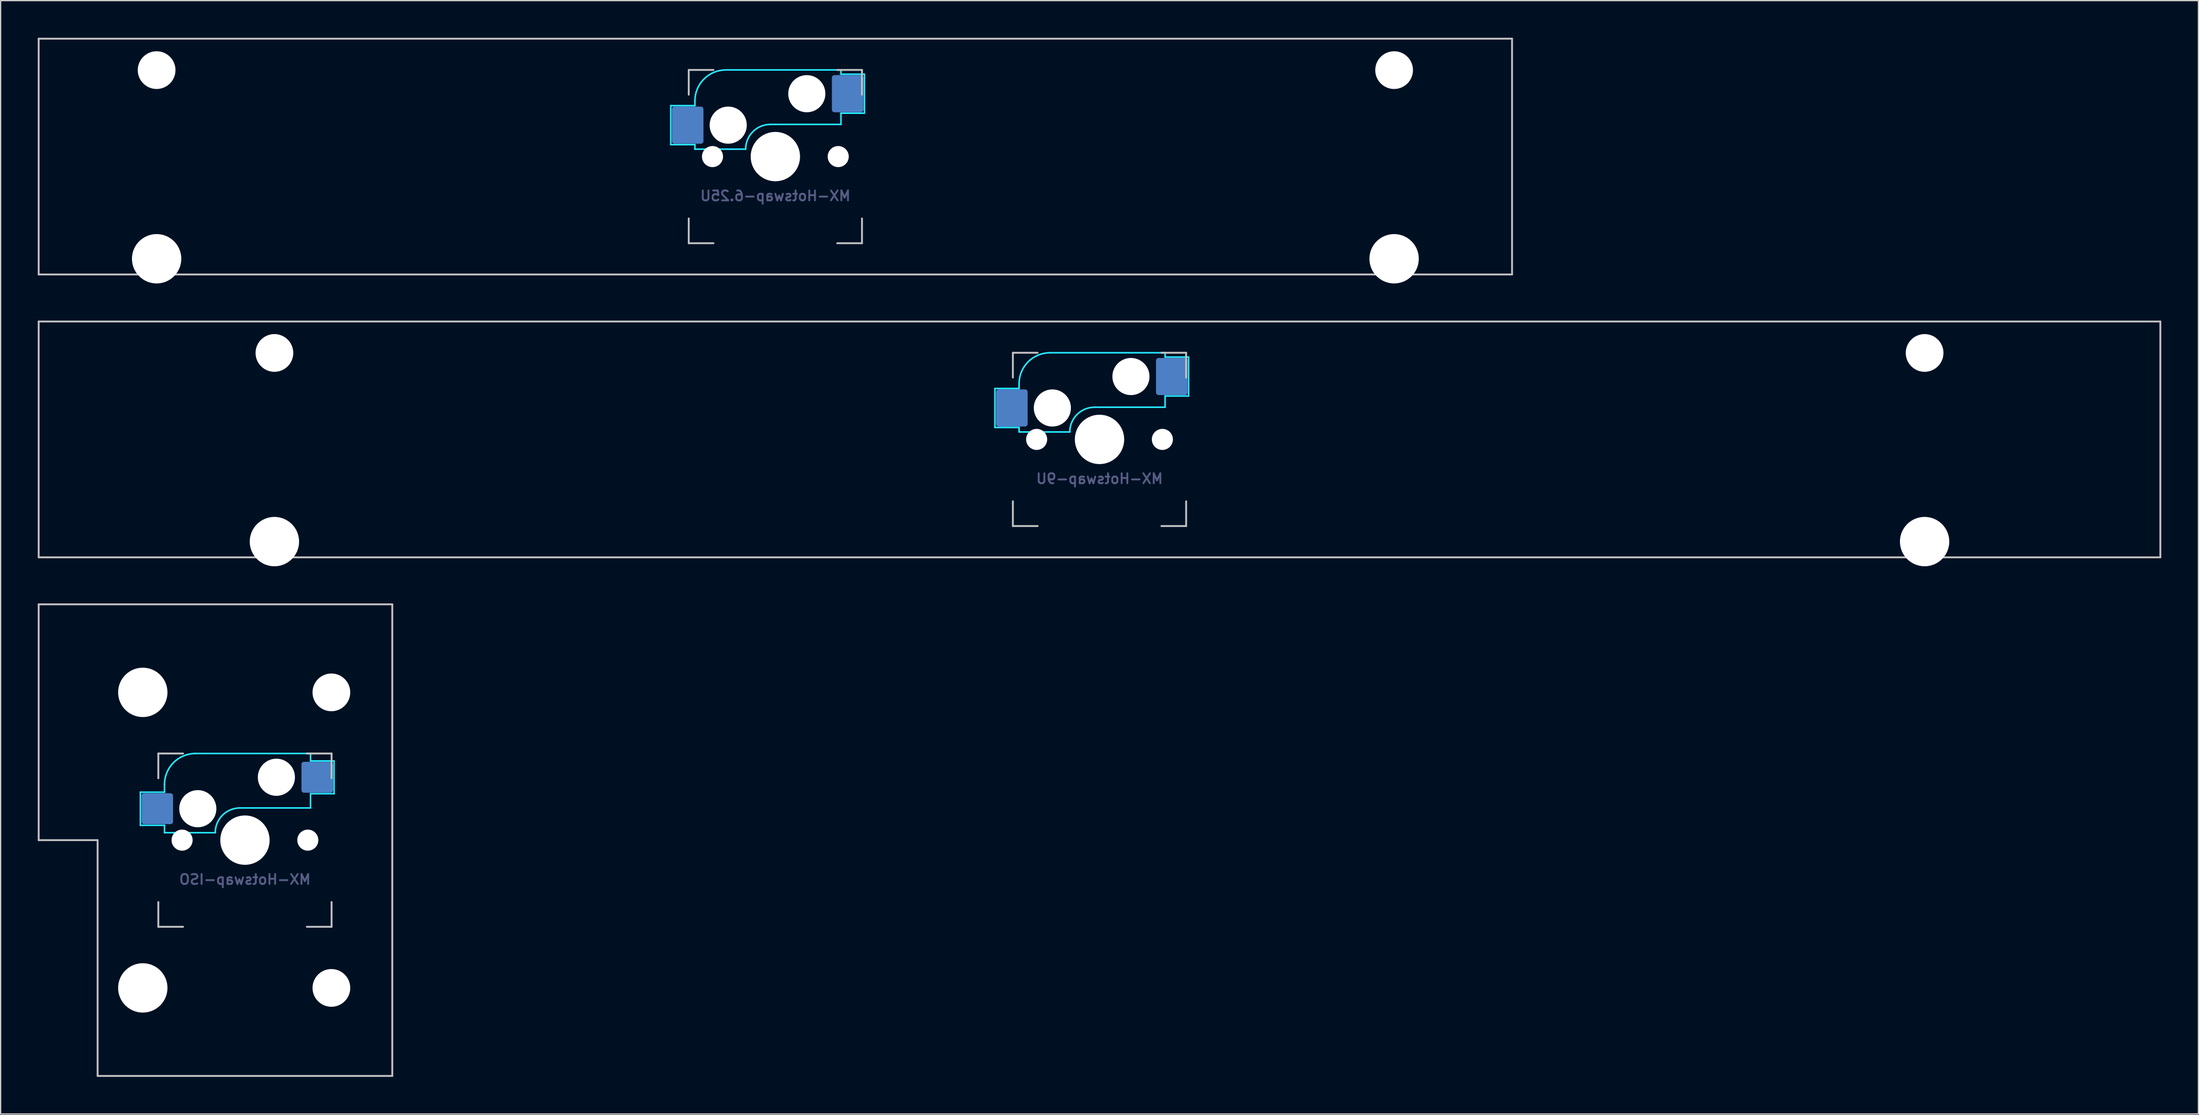
<source format=kicad_pcb>
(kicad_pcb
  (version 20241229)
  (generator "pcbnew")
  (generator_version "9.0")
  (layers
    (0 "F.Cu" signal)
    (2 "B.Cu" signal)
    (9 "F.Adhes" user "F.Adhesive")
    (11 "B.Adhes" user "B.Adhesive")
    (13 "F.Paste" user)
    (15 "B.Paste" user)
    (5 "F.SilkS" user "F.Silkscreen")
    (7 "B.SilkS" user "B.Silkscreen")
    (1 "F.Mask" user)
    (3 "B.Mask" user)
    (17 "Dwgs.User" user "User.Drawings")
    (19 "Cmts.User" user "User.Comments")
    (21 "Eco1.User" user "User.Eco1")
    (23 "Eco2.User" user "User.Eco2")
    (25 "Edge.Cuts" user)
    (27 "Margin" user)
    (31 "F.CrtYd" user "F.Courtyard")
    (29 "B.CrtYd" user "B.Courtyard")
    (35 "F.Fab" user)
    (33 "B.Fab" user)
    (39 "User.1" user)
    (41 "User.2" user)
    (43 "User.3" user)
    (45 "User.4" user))
  (footprint "MX-Hotswap-6.25U"
    (layer "F.Cu")
    (at 59.606 9.6)
    (property "Reference" "MX-Hotswap-6.25U" (at 0 3.175 0) (layer "B.Fab") (effects (font (size 0.8 0.8) (thickness 0.15)) (justify mirror)))
    (attr smd)
    (fp_line (start -59.531 9.525) (end -59.531 -9.525) (stroke (width 0.15) (type solid)) (layer "Dwgs.User"))
    (fp_line (start -7 -7) (end -7 -5) (stroke (width 0.15) (type solid)) (layer "Dwgs.User"))
    (fp_line (start -7 5) (end -7 7) (stroke (width 0.15) (type solid)) (layer "Dwgs.User"))
    (fp_line (start -7 7) (end -5 7) (stroke (width 0.15) (type solid)) (layer "Dwgs.User"))
    (fp_line (start -5 -7) (end -7 -7) (stroke (width 0.15) (type solid)) (layer "Dwgs.User"))
    (fp_line (start 5 -7) (end 7 -7) (stroke (width 0.15) (type solid)) (layer "Dwgs.User"))
    (fp_line (start 5 7) (end 7 7) (stroke (width 0.15) (type solid)) (layer "Dwgs.User"))
    (fp_line (start 7 -7) (end 7 -5) (stroke (width 0.15) (type solid)) (layer "Dwgs.User"))
    (fp_line (start 7 7) (end 7 5) (stroke (width 0.15) (type solid)) (layer "Dwgs.User"))
    (fp_line (start 59.531 -9.525) (end -59.531 -9.525) (stroke (width 0.15) (type solid)) (layer "Dwgs.User"))
    (fp_line (start 59.531 9.525) (end -59.531 9.525) (stroke (width 0.15) (type solid)) (layer "Dwgs.User"))
    (fp_line (start 59.531 9.525) (end 59.531 -9.525) (stroke (width 0.15) (type solid)) (layer "Dwgs.User"))
    (fp_line (start -8.45 -4.115) (end -8.45 -0.965) (stroke (width 0.127) (type solid)) (layer "B.CrtYd"))
    (fp_line (start -8.45 -0.965) (end -6.5 -0.965) (stroke (width 0.127) (type solid)) (layer "B.CrtYd"))
    (fp_line (start -6.5 -4.5) (end -6.5 -4.115) (stroke (width 0.127) (type solid)) (layer "B.CrtYd"))
    (fp_line (start -6.5 -4.115) (end -8.45 -4.115) (stroke (width 0.127) (type solid)) (layer "B.CrtYd"))
    (fp_line (start -6.5 -0.6) (end -6.5 -0.965) (stroke (width 0.127) (type solid)) (layer "B.CrtYd"))
    (fp_line (start -6.5 -0.6) (end -2.4 -0.6) (stroke (width 0.127) (type solid)) (layer "B.CrtYd"))
    (fp_line (start -0.4 -2.6) (end 5.3 -2.6) (stroke (width 0.127) (type solid)) (layer "B.CrtYd"))
    (fp_line (start 5.3 -7) (end -4 -7) (stroke (width 0.127) (type solid)) (layer "B.CrtYd"))
    (fp_line (start 5.3 -7) (end 5.3 -6.655) (stroke (width 0.127) (type solid)) (layer "B.CrtYd"))
    (fp_line (start 5.3 -6.655) (end 7.2 -6.655) (stroke (width 0.127) (type solid)) (layer "B.CrtYd"))
    (fp_line (start 5.3 -2.6) (end 5.3 -3.505) (stroke (width 0.127) (type solid)) (layer "B.CrtYd"))
    (fp_line (start 7.2 -6.655) (end 7.2 -3.505) (stroke (width 0.127) (type solid)) (layer "B.CrtYd"))
    (fp_line (start 7.2 -3.505) (end 5.3 -3.505) (stroke (width 0.127) (type solid)) (layer "B.CrtYd"))
    (fp_arc (start -6.5 -4.5) (mid -5.767767 -6.267767) (end -4 -7) (stroke (width 0.127) (type solid)) (layer "B.CrtYd"))
    (fp_arc (start -2.4 -0.6) (mid -1.814214 -2.014214) (end -0.4 -2.6) (stroke (width 0.127) (type solid)) (layer "B.CrtYd"))
    (pad "" np_thru_hole circle (at -50 -6.985) (size 3.048 3.048) (drill 3.048) (layers "*.Cu" "*.Mask"))
    (pad "" np_thru_hole circle (at -50 8.255) (size 3.988 3.988) (drill 3.988) (layers "*.Cu" "*.Mask"))
    (pad "" np_thru_hole circle (at -5.08 0 48.099) (size 1.702 1.702) (drill 1.702) (layers "*.Cu" "*.Mask"))
    (pad "" np_thru_hole circle (at -3.81 -2.54) (size 3 3) (drill 3) (layers "*.Cu" "*.Mask"))
    (pad "" np_thru_hole circle (at 0 0) (size 3.988 3.988) (drill 3.988) (layers "*.Cu" "*.Mask"))
    (pad "" np_thru_hole circle (at 2.54 -5.08) (size 3 3) (drill 3) (layers "*.Cu" "*.Mask"))
    (pad "" np_thru_hole circle (at 5.08 0 48.099) (size 1.702 1.702) (drill 1.702) (layers "*.Cu" "*.Mask"))
    (pad "" np_thru_hole circle (at 50 -6.985) (size 3.048 3.048) (drill 3.048) (layers "*.Cu" "*.Mask"))
    (pad "" np_thru_hole circle (at 50 8.255) (size 3.988 3.988) (drill 3.988) (layers "*.Cu" "*.Mask"))
    (pad "1" smd roundrect (at -7.085 -2.54 90) (size 3 2.55) (layers "B.Cu" "B.Mask" "B.Paste") (roundrect_rratio 0.08))
    (pad "2" smd roundrect (at 5.842 -5.08 90) (size 3 2.55) (layers "B.Cu" "B.Mask" "B.Paste") (roundrect_rratio 0.08)))
  (footprint "MX-Hotswap-ISO"
    (layer "F.Cu")
    (at 16.744 64.823)
    (property "Reference" "MX-Hotswap-ISO" (at 0 3.175 0) (layer "B.Fab") (effects (font (size 0.8 0.8) (thickness 0.15)) (justify mirror)))
    (attr smd)
    (fp_line (start -16.669 -19.05) (end -16.669 0) (stroke (width 0.15) (type solid)) (layer "Dwgs.User"))
    (fp_line (start -16.669 -19.05) (end 11.906 -19.05) (stroke (width 0.15) (type solid)) (layer "Dwgs.User"))
    (fp_line (start -11.906 0) (end -16.669 0) (stroke (width 0.15) (type solid)) (layer "Dwgs.User"))
    (fp_line (start -11.906 19.05) (end -11.906 0) (stroke (width 0.15) (type solid)) (layer "Dwgs.User"))
    (fp_line (start -11.906 19.05) (end 11.906 19.05) (stroke (width 0.15) (type solid)) (layer "Dwgs.User"))
    (fp_line (start -7 -7) (end -7 -5) (stroke (width 0.15) (type solid)) (layer "Dwgs.User"))
    (fp_line (start -7 5) (end -7 7) (stroke (width 0.15) (type solid)) (layer "Dwgs.User"))
    (fp_line (start -7 7) (end -5 7) (stroke (width 0.15) (type solid)) (layer "Dwgs.User"))
    (fp_line (start -5 -7) (end -7 -7) (stroke (width 0.15) (type solid)) (layer "Dwgs.User"))
    (fp_line (start 5 -7) (end 7 -7) (stroke (width 0.15) (type solid)) (layer "Dwgs.User"))
    (fp_line (start 5 7) (end 7 7) (stroke (width 0.15) (type solid)) (layer "Dwgs.User"))
    (fp_line (start 7 -7) (end 7 -5) (stroke (width 0.15) (type solid)) (layer "Dwgs.User"))
    (fp_line (start 7 7) (end 7 5) (stroke (width 0.15) (type solid)) (layer "Dwgs.User"))
    (fp_line (start 11.906 -19.05) (end 11.906 19.05) (stroke (width 0.15) (type solid)) (layer "Dwgs.User"))
    (fp_line (start -8.45 -3.875) (end -8.45 -1.2) (stroke (width 0.127) (type solid)) (layer "B.CrtYd"))
    (fp_line (start -8.45 -1.2) (end -6.5 -1.2) (stroke (width 0.127) (type solid)) (layer "B.CrtYd"))
    (fp_line (start -6.5 -4.5) (end -6.5 -3.875) (stroke (width 0.127) (type solid)) (layer "B.CrtYd"))
    (fp_line (start -6.5 -3.875) (end -8.45 -3.875) (stroke (width 0.127) (type solid)) (layer "B.CrtYd"))
    (fp_line (start -6.5 -0.6) (end -6.5 -1.2) (stroke (width 0.127) (type solid)) (layer "B.CrtYd"))
    (fp_line (start -6.5 -0.6) (end -2.4 -0.6) (stroke (width 0.127) (type solid)) (layer "B.CrtYd"))
    (fp_line (start -0.4 -2.6) (end 5.3 -2.6) (stroke (width 0.127) (type solid)) (layer "B.CrtYd"))
    (fp_line (start 5.3 -7) (end -4 -7) (stroke (width 0.127) (type solid)) (layer "B.CrtYd"))
    (fp_line (start 5.3 -7) (end 5.3 -6.4) (stroke (width 0.127) (type solid)) (layer "B.CrtYd"))
    (fp_line (start 5.3 -6.4) (end 7.2 -6.4) (stroke (width 0.127) (type solid)) (layer "B.CrtYd"))
    (fp_line (start 5.3 -2.6) (end 5.3 -3.75) (stroke (width 0.127) (type solid)) (layer "B.CrtYd"))
    (fp_line (start 7.2 -6.4) (end 7.2 -3.75) (stroke (width 0.127) (type solid)) (layer "B.CrtYd"))
    (fp_line (start 7.2 -3.75) (end 5.3 -3.75) (stroke (width 0.127) (type solid)) (layer "B.CrtYd"))
    (fp_arc (start -6.5 -4.5) (mid -5.767767 -6.267767) (end -4 -7) (stroke (width 0.127) (type solid)) (layer "B.CrtYd"))
    (fp_arc (start -2.4 -0.6) (mid -1.814214 -2.014214) (end -0.4 -2.6) (stroke (width 0.127) (type solid)) (layer "B.CrtYd"))
    (pad "" np_thru_hole circle (at -8.255 -11.938) (size 3.988 3.988) (drill 3.988) (layers "*.Cu" "*.Mask"))
    (pad "" np_thru_hole circle (at -8.255 11.938) (size 3.988 3.988) (drill 3.988) (layers "*.Cu" "*.Mask"))
    (pad "" np_thru_hole circle (at -5.08 0 48.099) (size 1.702 1.702) (drill 1.702) (layers "*.Cu" "*.Mask"))
    (pad "" np_thru_hole circle (at -3.81 -2.54) (size 3 3) (drill 3) (layers "*.Cu" "*.Mask"))
    (pad "" np_thru_hole circle (at 0 0) (size 3.988 3.988) (drill 3.988) (layers "*.Cu" "*.Mask"))
    (pad "" np_thru_hole circle (at 2.54 -5.08) (size 3 3) (drill 3) (layers "*.Cu" "*.Mask"))
    (pad "" np_thru_hole circle (at 5.08 0 48.099) (size 1.702 1.702) (drill 1.702) (layers "*.Cu" "*.Mask"))
    (pad "" np_thru_hole circle (at 6.985 -11.938) (size 3.048 3.048) (drill 3.048) (layers "*.Cu" "*.Mask"))
    (pad "" np_thru_hole circle (at 6.985 11.938) (size 3.048 3.048) (drill 3.048) (layers "*.Cu" "*.Mask"))
    (pad "1" smd roundrect (at -7.085 -2.54) (size 2.55 2.5) (layers "B.Cu" "B.Mask" "B.Paste") (roundrect_rratio 0.08))
    (pad "2" smd roundrect (at 5.842 -5.08) (size 2.55 2.5) (layers "B.Cu" "B.Mask" "B.Paste") (roundrect_rratio 0.08)))
  (footprint "MX-Hotswap-9U"
    (layer "F.Cu")
    (at 85.8 32.449)
    (property "Reference" "MX-Hotswap-9U" (at 0 3.175 0) (layer "B.Fab") (effects (font (size 0.8 0.8) (thickness 0.15)) (justify mirror)))
    (attr smd)
    (fp_line (start -85.725 9.525) (end -85.725 -9.525) (stroke (width 0.15) (type solid)) (layer "Dwgs.User"))
    (fp_line (start -7 -7) (end -7 -5) (stroke (width 0.15) (type solid)) (layer "Dwgs.User"))
    (fp_line (start -7 5) (end -7 7) (stroke (width 0.15) (type solid)) (layer "Dwgs.User"))
    (fp_line (start -7 7) (end -5 7) (stroke (width 0.15) (type solid)) (layer "Dwgs.User"))
    (fp_line (start -5 -7) (end -7 -7) (stroke (width 0.15) (type solid)) (layer "Dwgs.User"))
    (fp_line (start 5 -7) (end 7 -7) (stroke (width 0.15) (type solid)) (layer "Dwgs.User"))
    (fp_line (start 5 7) (end 7 7) (stroke (width 0.15) (type solid)) (layer "Dwgs.User"))
    (fp_line (start 7 -7) (end 7 -5) (stroke (width 0.15) (type solid)) (layer "Dwgs.User"))
    (fp_line (start 7 7) (end 7 5) (stroke (width 0.15) (type solid)) (layer "Dwgs.User"))
    (fp_line (start 85.725 -9.525) (end -85.725 -9.525) (stroke (width 0.15) (type solid)) (layer "Dwgs.User"))
    (fp_line (start 85.725 9.525) (end -85.725 9.525) (stroke (width 0.15) (type solid)) (layer "Dwgs.User"))
    (fp_line (start 85.725 9.525) (end 85.725 -9.525) (stroke (width 0.15) (type solid)) (layer "Dwgs.User"))
    (fp_line (start -8.45 -4.115) (end -8.45 -0.965) (stroke (width 0.127) (type solid)) (layer "B.CrtYd"))
    (fp_line (start -8.45 -0.965) (end -6.5 -0.965) (stroke (width 0.127) (type solid)) (layer "B.CrtYd"))
    (fp_line (start -6.5 -4.5) (end -6.5 -4.115) (stroke (width 0.127) (type solid)) (layer "B.CrtYd"))
    (fp_line (start -6.5 -4.115) (end -8.45 -4.115) (stroke (width 0.127) (type solid)) (layer "B.CrtYd"))
    (fp_line (start -6.5 -0.6) (end -6.5 -0.965) (stroke (width 0.127) (type solid)) (layer "B.CrtYd"))
    (fp_line (start -6.5 -0.6) (end -2.4 -0.6) (stroke (width 0.127) (type solid)) (layer "B.CrtYd"))
    (fp_line (start -0.4 -2.6) (end 5.3 -2.6) (stroke (width 0.127) (type solid)) (layer "B.CrtYd"))
    (fp_line (start 5.3 -7) (end -4 -7) (stroke (width 0.127) (type solid)) (layer "B.CrtYd"))
    (fp_line (start 5.3 -7) (end 5.3 -6.655) (stroke (width 0.127) (type solid)) (layer "B.CrtYd"))
    (fp_line (start 5.3 -6.655) (end 7.2 -6.655) (stroke (width 0.127) (type solid)) (layer "B.CrtYd"))
    (fp_line (start 5.3 -2.6) (end 5.3 -3.505) (stroke (width 0.127) (type solid)) (layer "B.CrtYd"))
    (fp_line (start 7.2 -6.655) (end 7.2 -3.505) (stroke (width 0.127) (type solid)) (layer "B.CrtYd"))
    (fp_line (start 7.2 -3.505) (end 5.3 -3.505) (stroke (width 0.127) (type solid)) (layer "B.CrtYd"))
    (fp_arc (start -6.5 -4.5) (mid -5.767767 -6.267767) (end -4 -7) (stroke (width 0.127) (type solid)) (layer "B.CrtYd"))
    (fp_arc (start -2.4 -0.6) (mid -1.814214 -2.014214) (end -0.4 -2.6) (stroke (width 0.127) (type solid)) (layer "B.CrtYd"))
    (pad "" np_thru_hole circle (at -66.675 -6.985) (size 3.048 3.048) (drill 3.048) (layers "*.Cu" "*.Mask"))
    (pad "" np_thru_hole circle (at -66.675 8.255) (size 3.988 3.988) (drill 3.988) (layers "*.Cu" "*.Mask"))
    (pad "" np_thru_hole circle (at -5.08 0 48.099) (size 1.702 1.702) (drill 1.702) (layers "*.Cu" "*.Mask"))
    (pad "" np_thru_hole circle (at -3.81 -2.54) (size 3 3) (drill 3) (layers "*.Cu" "*.Mask"))
    (pad "" np_thru_hole circle (at 0 0) (size 3.988 3.988) (drill 3.988) (layers "*.Cu" "*.Mask"))
    (pad "" np_thru_hole circle (at 2.54 -5.08) (size 3 3) (drill 3) (layers "*.Cu" "*.Mask"))
    (pad "" np_thru_hole circle (at 5.08 0 48.099) (size 1.702 1.702) (drill 1.702) (layers "*.Cu" "*.Mask"))
    (pad "" np_thru_hole circle (at 66.675 -6.985) (size 3.048 3.048) (drill 3.048) (layers "*.Cu" "*.Mask"))
    (pad "" np_thru_hole circle (at 66.675 8.255) (size 3.988 3.988) (drill 3.988) (layers "*.Cu" "*.Mask"))
    (pad "1" smd roundrect (at -7.085 -2.54 90) (size 3 2.55) (layers "B.Cu" "B.Mask" "B.Paste") (roundrect_rratio 0.08))
    (pad "2" smd roundrect (at 5.842 -5.08 90) (size 3 2.55) (layers "B.Cu" "B.Mask" "B.Paste") (roundrect_rratio 0.08)))
  (gr_rect
    (start -3 -3)
    (end 174.6 86.948)
    (stroke (width 0.1) (type default))
    (fill no)
    (layer "Edge.Cuts")))
</source>
